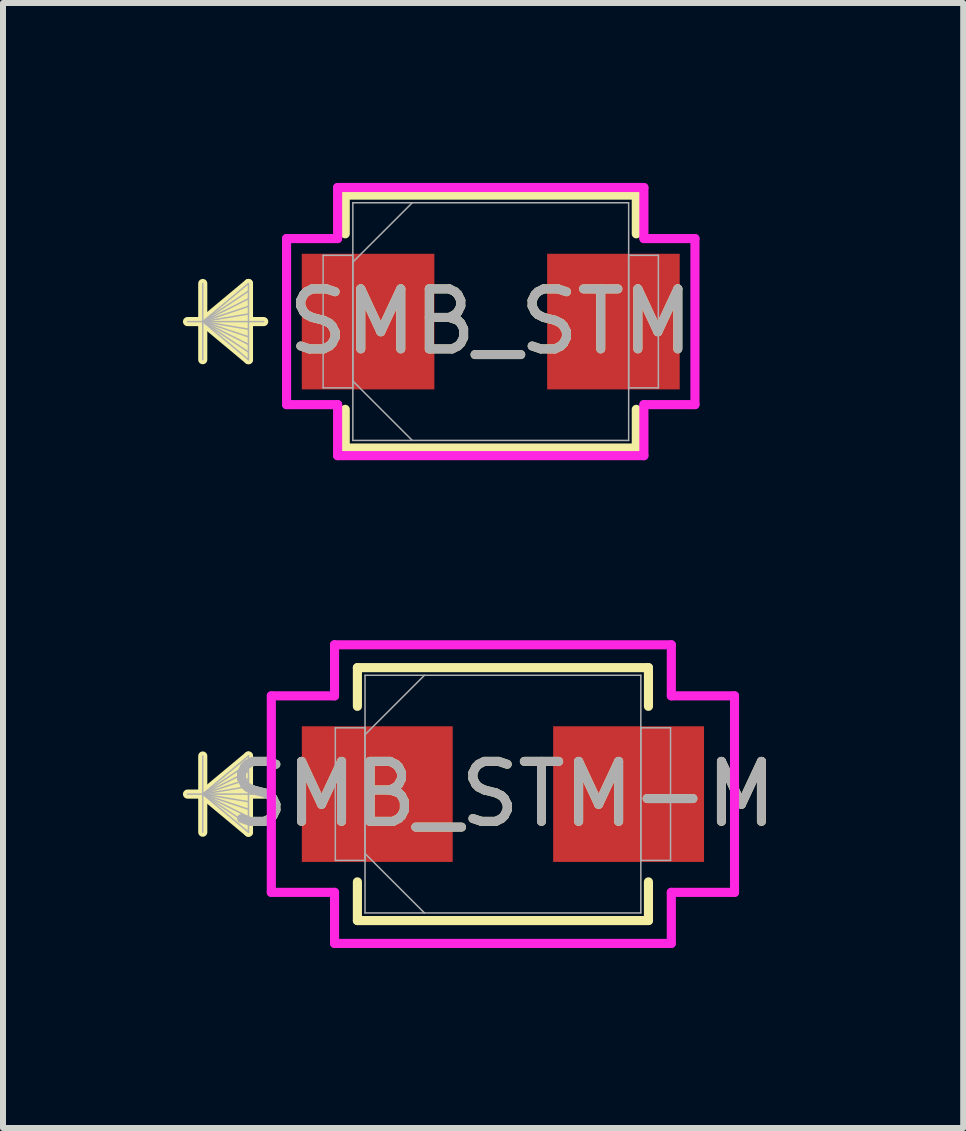
<source format=kicad_pcb>
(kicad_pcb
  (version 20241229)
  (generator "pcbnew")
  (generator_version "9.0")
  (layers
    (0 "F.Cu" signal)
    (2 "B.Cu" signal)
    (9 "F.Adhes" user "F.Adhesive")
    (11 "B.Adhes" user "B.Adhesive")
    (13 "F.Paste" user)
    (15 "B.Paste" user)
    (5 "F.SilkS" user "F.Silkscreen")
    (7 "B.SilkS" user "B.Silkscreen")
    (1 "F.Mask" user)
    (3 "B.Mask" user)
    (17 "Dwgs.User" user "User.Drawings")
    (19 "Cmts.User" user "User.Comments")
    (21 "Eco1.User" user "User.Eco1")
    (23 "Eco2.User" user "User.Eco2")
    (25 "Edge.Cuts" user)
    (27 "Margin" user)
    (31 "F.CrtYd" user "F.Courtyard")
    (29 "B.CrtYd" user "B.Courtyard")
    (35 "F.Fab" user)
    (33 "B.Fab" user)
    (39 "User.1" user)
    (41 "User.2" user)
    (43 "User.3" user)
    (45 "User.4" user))
  (footprint "SMB_STM"
    (layer "F.Cu")
    (at 5.131 2.311)
    (property "Reference" "SMB_STM" (at 0 0 0) (unlocked yes) (layer "F.SilkS") (effects (font (size 1 1) (thickness 0.15))))
    (attr smd)
    (fp_line (start -4.801 -0.635) (end -4.801 0.635) (stroke (width 0.152) (type solid)) (layer "F.SilkS"))
    (fp_line (start -4.801 0) (end -4.039 -0.635) (stroke (width 0.152) (type solid)) (layer "F.SilkS"))
    (fp_line (start -4.801 0) (end -4.039 -0.508) (stroke (width 0.152) (type solid)) (layer "F.SilkS"))
    (fp_line (start -4.801 0) (end -4.039 -0.381) (stroke (width 0.152) (type solid)) (layer "F.SilkS"))
    (fp_line (start -4.801 0) (end -4.039 -0.254) (stroke (width 0.152) (type solid)) (layer "F.SilkS"))
    (fp_line (start -4.801 0) (end -4.039 -0.127) (stroke (width 0.152) (type solid)) (layer "F.SilkS"))
    (fp_line (start -4.801 0) (end -4.039 0.127) (stroke (width 0.152) (type solid)) (layer "F.SilkS"))
    (fp_line (start -4.801 0) (end -4.039 0.254) (stroke (width 0.152) (type solid)) (layer "F.SilkS"))
    (fp_line (start -4.801 0) (end -4.039 0.381) (stroke (width 0.152) (type solid)) (layer "F.SilkS"))
    (fp_line (start -4.801 0) (end -4.039 0.508) (stroke (width 0.152) (type solid)) (layer "F.SilkS"))
    (fp_line (start -4.801 0) (end -4.039 0.635) (stroke (width 0.152) (type solid)) (layer "F.SilkS"))
    (fp_line (start -4.039 -0.635) (end -4.039 0.635) (stroke (width 0.152) (type solid)) (layer "F.SilkS"))
    (fp_line (start -3.785 0) (end -5.055 0) (stroke (width 0.152) (type solid)) (layer "F.SilkS"))
    (fp_line (start -2.426 -2.108) (end -2.426 -1.463) (stroke (width 0.152) (type solid)) (layer "F.SilkS"))
    (fp_line (start -2.426 1.463) (end -2.426 2.108) (stroke (width 0.152) (type solid)) (layer "F.SilkS"))
    (fp_line (start -2.426 2.108) (end 2.426 2.108) (stroke (width 0.152) (type solid)) (layer "F.SilkS"))
    (fp_line (start 2.426 -2.108) (end -2.426 -2.108) (stroke (width 0.152) (type solid)) (layer "F.SilkS"))
    (fp_line (start 2.426 -1.463) (end 2.426 -2.108) (stroke (width 0.152) (type solid)) (layer "F.SilkS"))
    (fp_line (start 2.426 2.108) (end 2.426 1.463) (stroke (width 0.152) (type solid)) (layer "F.SilkS"))
    (fp_line (start -3.404 -1.384) (end -2.553 -1.384) (stroke (width 0.152) (type solid)) (layer "F.CrtYd"))
    (fp_line (start -3.404 1.384) (end -3.404 -1.384) (stroke (width 0.152) (type solid)) (layer "F.CrtYd"))
    (fp_line (start -2.553 -2.235) (end 2.553 -2.235) (stroke (width 0.152) (type solid)) (layer "F.CrtYd"))
    (fp_line (start -2.553 -1.384) (end -2.553 -2.235) (stroke (width 0.152) (type solid)) (layer "F.CrtYd"))
    (fp_line (start -2.553 1.384) (end -3.404 1.384) (stroke (width 0.152) (type solid)) (layer "F.CrtYd"))
    (fp_line (start -2.553 2.235) (end -2.553 1.384) (stroke (width 0.152) (type solid)) (layer "F.CrtYd"))
    (fp_line (start 2.553 -2.235) (end 2.553 -1.384) (stroke (width 0.152) (type solid)) (layer "F.CrtYd"))
    (fp_line (start 2.553 -1.384) (end 3.404 -1.384) (stroke (width 0.152) (type solid)) (layer "F.CrtYd"))
    (fp_line (start 2.553 1.384) (end 2.553 2.235) (stroke (width 0.152) (type solid)) (layer "F.CrtYd"))
    (fp_line (start 2.553 2.235) (end -2.553 2.235) (stroke (width 0.152) (type solid)) (layer "F.CrtYd"))
    (fp_line (start 3.404 -1.384) (end 3.404 1.384) (stroke (width 0.152) (type solid)) (layer "F.CrtYd"))
    (fp_line (start 3.404 1.384) (end 2.553 1.384) (stroke (width 0.152) (type solid)) (layer "F.CrtYd"))
    (fp_line (start -4.801 -0.635) (end -4.801 0.635) (stroke (width 0.025) (type solid)) (layer "F.Fab"))
    (fp_line (start -4.801 0) (end -4.039 -0.635) (stroke (width 0.025) (type solid)) (layer "F.Fab"))
    (fp_line (start -4.801 0) (end -4.039 -0.508) (stroke (width 0.025) (type solid)) (layer "F.Fab"))
    (fp_line (start -4.801 0) (end -4.039 -0.381) (stroke (width 0.025) (type solid)) (layer "F.Fab"))
    (fp_line (start -4.801 0) (end -4.039 -0.254) (stroke (width 0.025) (type solid)) (layer "F.Fab"))
    (fp_line (start -4.801 0) (end -4.039 -0.127) (stroke (width 0.025) (type solid)) (layer "F.Fab"))
    (fp_line (start -4.801 0) (end -4.039 0.127) (stroke (width 0.025) (type solid)) (layer "F.Fab"))
    (fp_line (start -4.801 0) (end -4.039 0.254) (stroke (width 0.025) (type solid)) (layer "F.Fab"))
    (fp_line (start -4.801 0) (end -4.039 0.381) (stroke (width 0.025) (type solid)) (layer "F.Fab"))
    (fp_line (start -4.801 0) (end -4.039 0.508) (stroke (width 0.025) (type solid)) (layer "F.Fab"))
    (fp_line (start -4.801 0) (end -4.039 0.635) (stroke (width 0.025) (type solid)) (layer "F.Fab"))
    (fp_line (start -4.039 -0.635) (end -4.039 0.635) (stroke (width 0.025) (type solid)) (layer "F.Fab"))
    (fp_line (start -3.785 0) (end -5.055 0) (stroke (width 0.025) (type solid)) (layer "F.Fab"))
    (fp_line (start -2.794 -1.105) (end -2.794 1.105) (stroke (width 0.025) (type solid)) (layer "F.Fab"))
    (fp_line (start -2.794 1.105) (end -2.299 1.105) (stroke (width 0.025) (type solid)) (layer "F.Fab"))
    (fp_line (start -2.299 -1.981) (end -2.299 1.981) (stroke (width 0.025) (type solid)) (layer "F.Fab"))
    (fp_line (start -2.299 -1.105) (end -2.794 -1.105) (stroke (width 0.025) (type solid)) (layer "F.Fab"))
    (fp_line (start -2.299 -0.991) (end -1.308 -1.981) (stroke (width 0.025) (type solid)) (layer "F.Fab"))
    (fp_line (start -2.299 0.991) (end -1.308 1.981) (stroke (width 0.025) (type solid)) (layer "F.Fab"))
    (fp_line (start -2.299 1.105) (end -2.299 -1.105) (stroke (width 0.025) (type solid)) (layer "F.Fab"))
    (fp_line (start -2.299 1.981) (end 2.299 1.981) (stroke (width 0.025) (type solid)) (layer "F.Fab"))
    (fp_line (start 2.299 -1.981) (end -2.299 -1.981) (stroke (width 0.025) (type solid)) (layer "F.Fab"))
    (fp_line (start 2.299 -1.105) (end 2.299 1.105) (stroke (width 0.025) (type solid)) (layer "F.Fab"))
    (fp_line (start 2.299 1.105) (end 2.794 1.105) (stroke (width 0.025) (type solid)) (layer "F.Fab"))
    (fp_line (start 2.299 1.981) (end 2.299 -1.981) (stroke (width 0.025) (type solid)) (layer "F.Fab"))
    (fp_line (start 2.794 -1.105) (end 2.299 -1.105) (stroke (width 0.025) (type solid)) (layer "F.Fab"))
    (fp_line (start 2.794 1.105) (end 2.794 -1.105) (stroke (width 0.025) (type solid)) (layer "F.Fab"))
    (fp_text user "${REFERENCE}" (at 0 0 0) (unlocked yes) (layer "F.Fab") (effects (font (size 1 1) (thickness 0.15))))
    (pad "1" smd rect (at -2.045 0) (size 2.21 2.261) (layers "F.Cu" "F.Mask" "F.Paste"))
    (pad "2" smd rect (at 2.045 0) (size 2.21 2.261) (layers "F.Cu" "F.Mask" "F.Paste"))
    (zone (net_name "") (layer "F.Cu") (hatch full 0.508) (connect_pads) (min_thickness 0.254) (filled_areas_thickness no) (keepout (tracks not_allowed) (vias not_allowed) (pads allowed) (copperpour not_allowed) (footprints allowed)) (placement (enabled no)) (fill) (polygon (pts (xy 4.242 0.381) (xy 6.02 0.381) (xy 6.02 4.242) (xy 4.242 4.242)))))
  (footprint "SMB_STM-M"
    (layer "F.Cu")
    (at 5.334 10.188)
    (property "Reference" "SMB_STM-M" (at 0 0 0) (unlocked yes) (layer "F.SilkS") (effects (font (size 1 1) (thickness 0.15))))
    (attr smd)
    (fp_line (start -5.004 -0.635) (end -5.004 0.635) (stroke (width 0.152) (type solid)) (layer "F.SilkS"))
    (fp_line (start -5.004 0) (end -4.242 -0.635) (stroke (width 0.152) (type solid)) (layer "F.SilkS"))
    (fp_line (start -5.004 0) (end -4.242 -0.508) (stroke (width 0.152) (type solid)) (layer "F.SilkS"))
    (fp_line (start -5.004 0) (end -4.242 -0.381) (stroke (width 0.152) (type solid)) (layer "F.SilkS"))
    (fp_line (start -5.004 0) (end -4.242 -0.254) (stroke (width 0.152) (type solid)) (layer "F.SilkS"))
    (fp_line (start -5.004 0) (end -4.242 -0.127) (stroke (width 0.152) (type solid)) (layer "F.SilkS"))
    (fp_line (start -5.004 0) (end -4.242 0.127) (stroke (width 0.152) (type solid)) (layer "F.SilkS"))
    (fp_line (start -5.004 0) (end -4.242 0.254) (stroke (width 0.152) (type solid)) (layer "F.SilkS"))
    (fp_line (start -5.004 0) (end -4.242 0.381) (stroke (width 0.152) (type solid)) (layer "F.SilkS"))
    (fp_line (start -5.004 0) (end -4.242 0.508) (stroke (width 0.152) (type solid)) (layer "F.SilkS"))
    (fp_line (start -5.004 0) (end -4.242 0.635) (stroke (width 0.152) (type solid)) (layer "F.SilkS"))
    (fp_line (start -4.242 -0.635) (end -4.242 0.635) (stroke (width 0.152) (type solid)) (layer "F.SilkS"))
    (fp_line (start -3.988 0) (end -5.258 0) (stroke (width 0.152) (type solid)) (layer "F.SilkS"))
    (fp_line (start -2.426 -2.108) (end -2.426 -1.463) (stroke (width 0.152) (type solid)) (layer "F.SilkS"))
    (fp_line (start -2.426 1.463) (end -2.426 2.108) (stroke (width 0.152) (type solid)) (layer "F.SilkS"))
    (fp_line (start -2.426 2.108) (end 2.426 2.108) (stroke (width 0.152) (type solid)) (layer "F.SilkS"))
    (fp_line (start 2.426 -2.108) (end -2.426 -2.108) (stroke (width 0.152) (type solid)) (layer "F.SilkS"))
    (fp_line (start 2.426 -1.463) (end 2.426 -2.108) (stroke (width 0.152) (type solid)) (layer "F.SilkS"))
    (fp_line (start 2.426 2.108) (end 2.426 1.463) (stroke (width 0.152) (type solid)) (layer "F.SilkS"))
    (fp_line (start -3.861 -1.638) (end -2.807 -1.638) (stroke (width 0.152) (type solid)) (layer "F.CrtYd"))
    (fp_line (start -3.861 1.638) (end -3.861 -1.638) (stroke (width 0.152) (type solid)) (layer "F.CrtYd"))
    (fp_line (start -2.807 -2.489) (end 2.807 -2.489) (stroke (width 0.152) (type solid)) (layer "F.CrtYd"))
    (fp_line (start -2.807 -1.638) (end -2.807 -2.489) (stroke (width 0.152) (type solid)) (layer "F.CrtYd"))
    (fp_line (start -2.807 1.638) (end -3.861 1.638) (stroke (width 0.152) (type solid)) (layer "F.CrtYd"))
    (fp_line (start -2.807 2.489) (end -2.807 1.638) (stroke (width 0.152) (type solid)) (layer "F.CrtYd"))
    (fp_line (start 2.807 -2.489) (end 2.807 -1.638) (stroke (width 0.152) (type solid)) (layer "F.CrtYd"))
    (fp_line (start 2.807 -1.638) (end 3.861 -1.638) (stroke (width 0.152) (type solid)) (layer "F.CrtYd"))
    (fp_line (start 2.807 1.638) (end 2.807 2.489) (stroke (width 0.152) (type solid)) (layer "F.CrtYd"))
    (fp_line (start 2.807 2.489) (end -2.807 2.489) (stroke (width 0.152) (type solid)) (layer "F.CrtYd"))
    (fp_line (start 3.861 -1.638) (end 3.861 1.638) (stroke (width 0.152) (type solid)) (layer "F.CrtYd"))
    (fp_line (start 3.861 1.638) (end 2.807 1.638) (stroke (width 0.152) (type solid)) (layer "F.CrtYd"))
    (fp_line (start -5.004 -0.635) (end -5.004 0.635) (stroke (width 0.025) (type solid)) (layer "F.Fab"))
    (fp_line (start -5.004 0) (end -4.242 -0.635) (stroke (width 0.025) (type solid)) (layer "F.Fab"))
    (fp_line (start -5.004 0) (end -4.242 -0.508) (stroke (width 0.025) (type solid)) (layer "F.Fab"))
    (fp_line (start -5.004 0) (end -4.242 -0.381) (stroke (width 0.025) (type solid)) (layer "F.Fab"))
    (fp_line (start -5.004 0) (end -4.242 -0.254) (stroke (width 0.025) (type solid)) (layer "F.Fab"))
    (fp_line (start -5.004 0) (end -4.242 -0.127) (stroke (width 0.025) (type solid)) (layer "F.Fab"))
    (fp_line (start -5.004 0) (end -4.242 0.127) (stroke (width 0.025) (type solid)) (layer "F.Fab"))
    (fp_line (start -5.004 0) (end -4.242 0.254) (stroke (width 0.025) (type solid)) (layer "F.Fab"))
    (fp_line (start -5.004 0) (end -4.242 0.381) (stroke (width 0.025) (type solid)) (layer "F.Fab"))
    (fp_line (start -5.004 0) (end -4.242 0.508) (stroke (width 0.025) (type solid)) (layer "F.Fab"))
    (fp_line (start -5.004 0) (end -4.242 0.635) (stroke (width 0.025) (type solid)) (layer "F.Fab"))
    (fp_line (start -4.242 -0.635) (end -4.242 0.635) (stroke (width 0.025) (type solid)) (layer "F.Fab"))
    (fp_line (start -3.988 0) (end -5.258 0) (stroke (width 0.025) (type solid)) (layer "F.Fab"))
    (fp_line (start -2.794 -1.105) (end -2.794 1.105) (stroke (width 0.025) (type solid)) (layer "F.Fab"))
    (fp_line (start -2.794 1.105) (end -2.299 1.105) (stroke (width 0.025) (type solid)) (layer "F.Fab"))
    (fp_line (start -2.299 -1.981) (end -2.299 1.981) (stroke (width 0.025) (type solid)) (layer "F.Fab"))
    (fp_line (start -2.299 -1.105) (end -2.794 -1.105) (stroke (width 0.025) (type solid)) (layer "F.Fab"))
    (fp_line (start -2.299 -0.991) (end -1.308 -1.981) (stroke (width 0.025) (type solid)) (layer "F.Fab"))
    (fp_line (start -2.299 0.991) (end -1.308 1.981) (stroke (width 0.025) (type solid)) (layer "F.Fab"))
    (fp_line (start -2.299 1.105) (end -2.299 -1.105) (stroke (width 0.025) (type solid)) (layer "F.Fab"))
    (fp_line (start -2.299 1.981) (end 2.299 1.981) (stroke (width 0.025) (type solid)) (layer "F.Fab"))
    (fp_line (start 2.299 -1.981) (end -2.299 -1.981) (stroke (width 0.025) (type solid)) (layer "F.Fab"))
    (fp_line (start 2.299 -1.105) (end 2.299 1.105) (stroke (width 0.025) (type solid)) (layer "F.Fab"))
    (fp_line (start 2.299 1.105) (end 2.794 1.105) (stroke (width 0.025) (type solid)) (layer "F.Fab"))
    (fp_line (start 2.299 1.981) (end 2.299 -1.981) (stroke (width 0.025) (type solid)) (layer "F.Fab"))
    (fp_line (start 2.794 -1.105) (end 2.299 -1.105) (stroke (width 0.025) (type solid)) (layer "F.Fab"))
    (fp_line (start 2.794 1.105) (end 2.794 -1.105) (stroke (width 0.025) (type solid)) (layer "F.Fab"))
    (fp_text user "${REFERENCE}" (at 0 0 0) (unlocked yes) (layer "F.Fab") (effects (font (size 1 1) (thickness 0.15))))
    (pad "1" smd rect (at -2.095 0) (size 2.515 2.261) (layers "F.Cu" "F.Mask" "F.Paste"))
    (pad "2" smd rect (at 2.095 0) (size 2.515 2.261) (layers "F.Cu" "F.Mask" "F.Paste"))
    (zone (net_name "") (layer "F.Cu") (hatch full 0.508) (connect_pads) (min_thickness 0.254) (filled_areas_thickness no) (keepout (tracks not_allowed) (vias not_allowed) (pads allowed) (copperpour not_allowed) (footprints allowed)) (placement (enabled no)) (fill) (polygon (pts (xy 4.547 8.258) (xy 6.121 8.258) (xy 6.121 12.119) (xy 4.547 12.119)))))
  (gr_rect
    (start -3 -3)
    (end 13.007 15.754)
    (stroke (width 0.1) (type default))
    (fill no)
    (layer "Edge.Cuts")))
</source>
